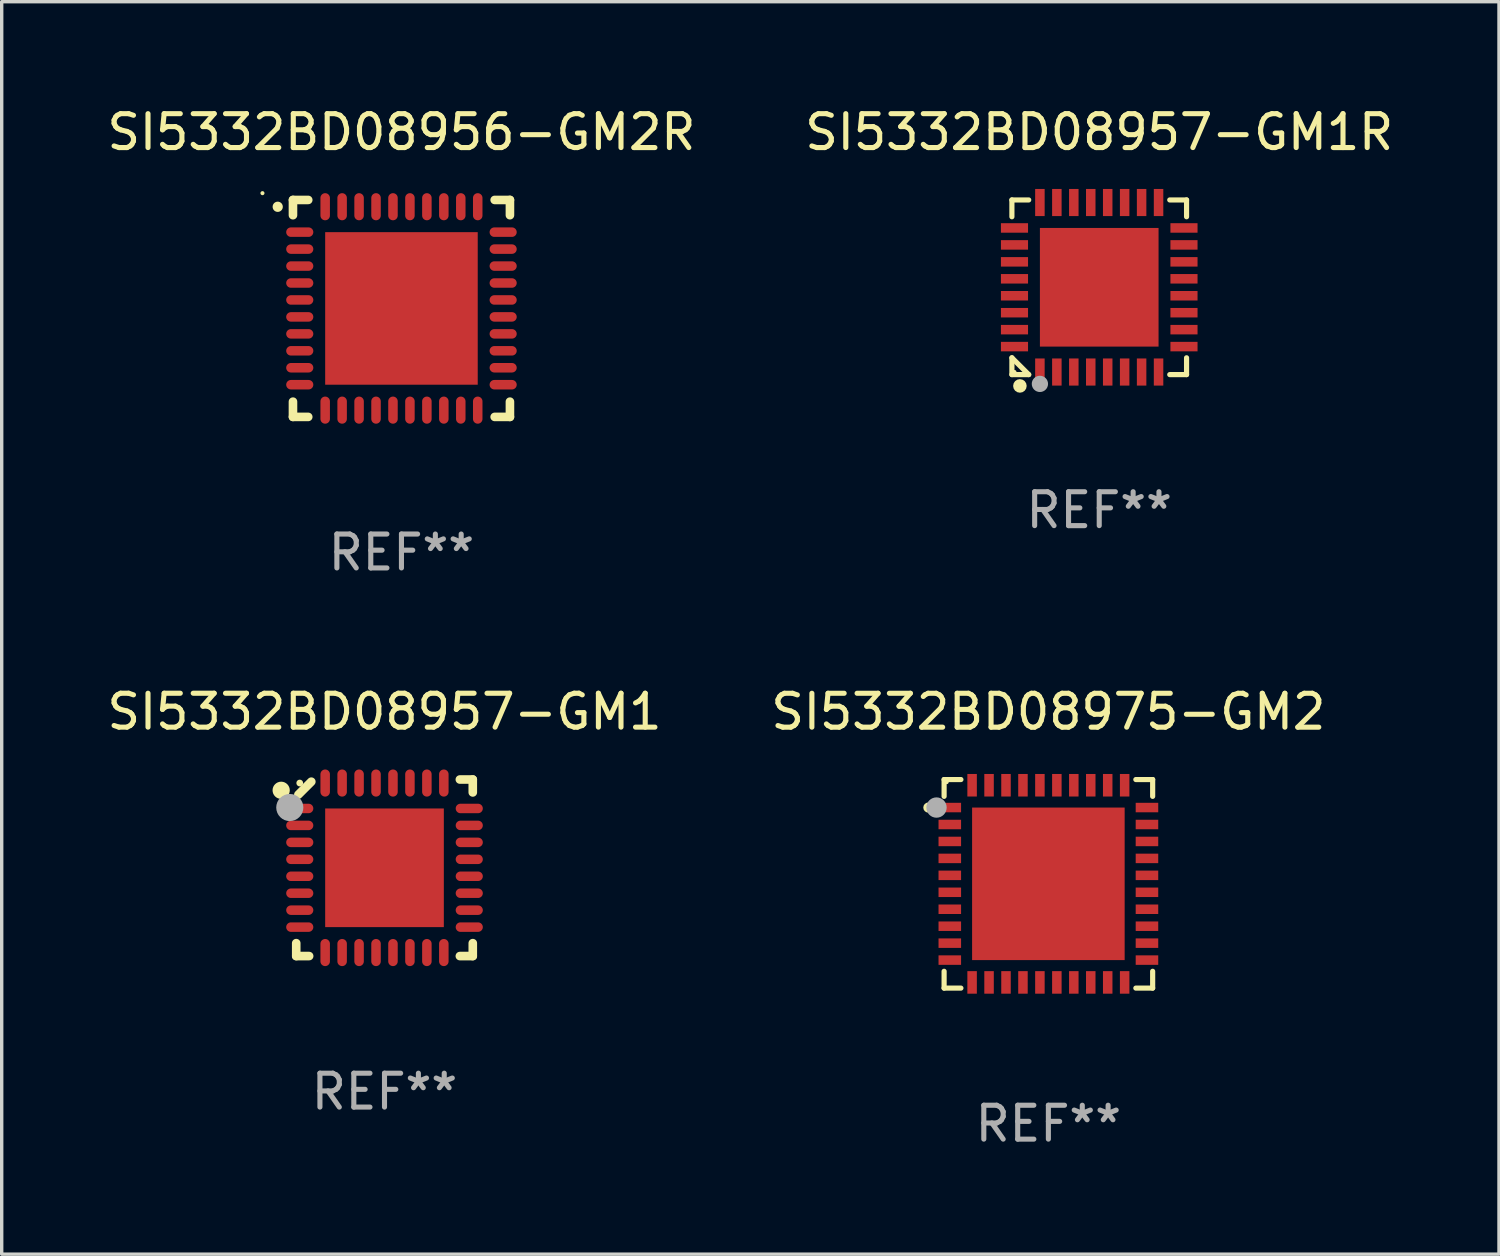
<source format=kicad_pcb>
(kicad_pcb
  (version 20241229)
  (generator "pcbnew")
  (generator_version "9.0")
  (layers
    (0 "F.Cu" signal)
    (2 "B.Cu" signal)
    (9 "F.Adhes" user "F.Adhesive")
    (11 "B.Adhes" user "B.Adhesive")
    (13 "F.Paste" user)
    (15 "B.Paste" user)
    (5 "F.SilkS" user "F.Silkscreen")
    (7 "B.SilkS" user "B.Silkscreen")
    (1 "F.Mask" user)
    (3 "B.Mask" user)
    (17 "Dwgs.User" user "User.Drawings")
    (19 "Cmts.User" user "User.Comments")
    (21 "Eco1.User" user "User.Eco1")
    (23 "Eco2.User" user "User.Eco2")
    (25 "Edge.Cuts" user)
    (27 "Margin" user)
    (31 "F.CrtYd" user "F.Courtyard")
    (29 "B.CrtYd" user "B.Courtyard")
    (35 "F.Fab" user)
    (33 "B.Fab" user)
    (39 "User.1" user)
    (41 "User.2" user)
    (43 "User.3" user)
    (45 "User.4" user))
  (footprint "SI5332BD08957-GM1R"
    (layer "F.Cu")
    (at 29.375 5.424)
    (property "Reference" "SI5332BD08957-GM1R" (at 0 -4.576 0) (layer "F.SilkS") (effects (font (size 1 1) (thickness 0.15))))
    (attr through_hole)
    (fp_line (start -2.576 -2.576) (end -2.08 -2.576) (stroke (width 0.152) (type solid)) (layer "F.SilkS"))
    (fp_line (start -2.576 -2.08) (end -2.576 -2.576) (stroke (width 0.152) (type solid)) (layer "F.SilkS"))
    (fp_line (start -2.576 2.08) (end -2.576 2.576) (stroke (width 0.152) (type solid)) (layer "F.SilkS"))
    (fp_line (start -2.576 2.08) (end -2.08 2.576) (stroke (width 0.152) (type solid)) (layer "F.SilkS"))
    (fp_line (start -2.576 2.576) (end -2.08 2.576) (stroke (width 0.152) (type solid)) (layer "F.SilkS"))
    (fp_line (start 2.576 -2.576) (end 2.08 -2.576) (stroke (width 0.152) (type solid)) (layer "F.SilkS"))
    (fp_line (start 2.576 -2.08) (end 2.576 -2.576) (stroke (width 0.152) (type solid)) (layer "F.SilkS"))
    (fp_line (start 2.576 2.08) (end 2.576 2.576) (stroke (width 0.152) (type solid)) (layer "F.SilkS"))
    (fp_line (start 2.576 2.576) (end 2.08 2.576) (stroke (width 0.152) (type solid)) (layer "F.SilkS"))
    (fp_circle (center -2.5 2.5) (end -2.47 2.5) (stroke (width 0.06) (type solid)) (fill no) (layer "F.SilkS"))
    (fp_circle (center -2.34 2.91) (end -2.24 2.91) (stroke (width 0.2) (type solid)) (fill no) (layer "F.SilkS"))
    (fp_circle (center -1.75 2.85) (end -1.63 2.85) (stroke (width 0.24) (type solid)) (fill no) (layer "F.Fab"))
    (fp_text user "REF**" (at 0 6.576 0) (layer "F.Fab") (effects (font (size 1 1) (thickness 0.15))))
    (pad "1" smd rect (at -1.75 2.5) (size 0.28 0.8) (layers "F.Cu" "F.Mask" "F.Paste"))
    (pad "2" smd rect (at -1.25 2.5) (size 0.28 0.8) (layers "F.Cu" "F.Mask" "F.Paste"))
    (pad "3" smd rect (at -0.75 2.5) (size 0.28 0.8) (layers "F.Cu" "F.Mask" "F.Paste"))
    (pad "4" smd rect (at -0.25 2.5) (size 0.28 0.8) (layers "F.Cu" "F.Mask" "F.Paste"))
    (pad "5" smd rect (at 0.25 2.5) (size 0.28 0.8) (layers "F.Cu" "F.Mask" "F.Paste"))
    (pad "6" smd rect (at 0.75 2.5) (size 0.28 0.8) (layers "F.Cu" "F.Mask" "F.Paste"))
    (pad "7" smd rect (at 1.25 2.5) (size 0.28 0.8) (layers "F.Cu" "F.Mask" "F.Paste"))
    (pad "8" smd rect (at 1.75 2.5) (size 0.28 0.8) (layers "F.Cu" "F.Mask" "F.Paste"))
    (pad "9" smd rect (at 2.5 1.75) (size 0.8 0.28) (layers "F.Cu" "F.Mask" "F.Paste"))
    (pad "10" smd rect (at 2.5 1.25) (size 0.8 0.28) (layers "F.Cu" "F.Mask" "F.Paste"))
    (pad "11" smd rect (at 2.5 0.75) (size 0.8 0.28) (layers "F.Cu" "F.Mask" "F.Paste"))
    (pad "12" smd rect (at 2.5 0.25) (size 0.8 0.28) (layers "F.Cu" "F.Mask" "F.Paste"))
    (pad "13" smd rect (at 2.5 -0.25) (size 0.8 0.28) (layers "F.Cu" "F.Mask" "F.Paste"))
    (pad "14" smd rect (at 2.5 -0.75) (size 0.8 0.28) (layers "F.Cu" "F.Mask" "F.Paste"))
    (pad "15" smd rect (at 2.5 -1.25) (size 0.8 0.28) (layers "F.Cu" "F.Mask" "F.Paste"))
    (pad "16" smd rect (at 2.5 -1.75) (size 0.8 0.28) (layers "F.Cu" "F.Mask" "F.Paste"))
    (pad "17" smd rect (at 1.75 -2.5) (size 0.28 0.8) (layers "F.Cu" "F.Mask" "F.Paste"))
    (pad "18" smd rect (at 1.25 -2.5) (size 0.28 0.8) (layers "F.Cu" "F.Mask" "F.Paste"))
    (pad "19" smd rect (at 0.75 -2.5) (size 0.28 0.8) (layers "F.Cu" "F.Mask" "F.Paste"))
    (pad "20" smd rect (at 0.25 -2.5) (size 0.28 0.8) (layers "F.Cu" "F.Mask" "F.Paste"))
    (pad "21" smd rect (at -0.25 -2.5) (size 0.28 0.8) (layers "F.Cu" "F.Mask" "F.Paste"))
    (pad "22" smd rect (at -0.75 -2.5) (size 0.28 0.8) (layers "F.Cu" "F.Mask" "F.Paste"))
    (pad "23" smd rect (at -1.25 -2.5) (size 0.28 0.8) (layers "F.Cu" "F.Mask" "F.Paste"))
    (pad "24" smd rect (at -1.75 -2.5) (size 0.28 0.8) (layers "F.Cu" "F.Mask" "F.Paste"))
    (pad "25" smd rect (at -2.5 -1.75) (size 0.8 0.28) (layers "F.Cu" "F.Mask" "F.Paste"))
    (pad "26" smd rect (at -2.5 -1.25) (size 0.8 0.28) (layers "F.Cu" "F.Mask" "F.Paste"))
    (pad "27" smd rect (at -2.5 -0.75) (size 0.8 0.28) (layers "F.Cu" "F.Mask" "F.Paste"))
    (pad "28" smd rect (at -2.5 -0.25) (size 0.8 0.28) (layers "F.Cu" "F.Mask" "F.Paste"))
    (pad "29" smd rect (at -2.5 0.25) (size 0.8 0.28) (layers "F.Cu" "F.Mask" "F.Paste"))
    (pad "30" smd rect (at -2.5 0.75) (size 0.8 0.28) (layers "F.Cu" "F.Mask" "F.Paste"))
    (pad "31" smd rect (at -2.5 1.25) (size 0.8 0.28) (layers "F.Cu" "F.Mask" "F.Paste"))
    (pad "32" smd rect (at -2.5 1.75) (size 0.8 0.28) (layers "F.Cu" "F.Mask" "F.Paste"))
    (pad "33" smd rect (at 0 0) (size 3.5 3.5) (layers "F.Cu" "F.Mask" "F.Paste")))
  (footprint "SI5332BD08975-GM2"
    (layer "F.Cu")
    (at 27.875 23.021)
    (property "Reference" "SI5332BD08975-GM2" (at 0 -5.076 0) (layer "F.SilkS") (effects (font (size 1 1) (thickness 0.15))))
    (attr through_hole)
    (fp_line (start -3.076 -3.076) (end -3.076 -2.58) (stroke (width 0.152) (type solid)) (layer "F.SilkS"))
    (fp_line (start -3.076 3.076) (end -3.076 2.58) (stroke (width 0.152) (type solid)) (layer "F.SilkS"))
    (fp_line (start -2.58 -3.076) (end -3.076 -3.076) (stroke (width 0.152) (type solid)) (layer "F.SilkS"))
    (fp_line (start -2.58 3.076) (end -3.076 3.076) (stroke (width 0.152) (type solid)) (layer "F.SilkS"))
    (fp_line (start 2.58 -3.076) (end 3.076 -3.076) (stroke (width 0.152) (type solid)) (layer "F.SilkS"))
    (fp_line (start 2.58 3.076) (end 3.076 3.076) (stroke (width 0.152) (type solid)) (layer "F.SilkS"))
    (fp_line (start 3.076 -3.076) (end 3.076 -2.58) (stroke (width 0.152) (type solid)) (layer "F.SilkS"))
    (fp_line (start 3.076 3.076) (end 3.076 2.58) (stroke (width 0.152) (type solid)) (layer "F.SilkS"))
    (fp_circle (center -3.54 -2.25) (end -3.465 -2.25) (stroke (width 0.15) (type solid)) (fill no) (layer "F.SilkS"))
    (fp_circle (center -3 -3) (end -2.97 -3) (stroke (width 0.06) (type solid)) (fill no) (layer "F.SilkS"))
    (fp_circle (center -3.3 -2.25) (end -3.15 -2.25) (stroke (width 0.3) (type solid)) (fill no) (layer "F.Fab"))
    (fp_text user "REF**" (at 0 7.076 0) (layer "F.Fab") (effects (font (size 1 1) (thickness 0.15))))
    (pad "1" smd rect (at -2.908 -2.25) (size 0.665 0.28) (layers "F.Cu" "F.Mask" "F.Paste"))
    (pad "2" smd rect (at -2.908 -1.75) (size 0.665 0.28) (layers "F.Cu" "F.Mask" "F.Paste"))
    (pad "3" smd rect (at -2.908 -1.25) (size 0.665 0.28) (layers "F.Cu" "F.Mask" "F.Paste"))
    (pad "4" smd rect (at -2.908 -0.75) (size 0.665 0.28) (layers "F.Cu" "F.Mask" "F.Paste"))
    (pad "5" smd rect (at -2.908 -0.25) (size 0.665 0.28) (layers "F.Cu" "F.Mask" "F.Paste"))
    (pad "6" smd rect (at -2.908 0.25) (size 0.665 0.28) (layers "F.Cu" "F.Mask" "F.Paste"))
    (pad "7" smd rect (at -2.908 0.75) (size 0.665 0.28) (layers "F.Cu" "F.Mask" "F.Paste"))
    (pad "8" smd rect (at -2.908 1.25) (size 0.665 0.28) (layers "F.Cu" "F.Mask" "F.Paste"))
    (pad "9" smd rect (at -2.908 1.75) (size 0.665 0.28) (layers "F.Cu" "F.Mask" "F.Paste"))
    (pad "10" smd rect (at -2.908 2.25) (size 0.665 0.28) (layers "F.Cu" "F.Mask" "F.Paste"))
    (pad "11" smd rect (at -2.25 2.908) (size 0.28 0.665) (layers "F.Cu" "F.Mask" "F.Paste"))
    (pad "12" smd rect (at -1.75 2.908) (size 0.28 0.665) (layers "F.Cu" "F.Mask" "F.Paste"))
    (pad "13" smd rect (at -1.25 2.908) (size 0.28 0.665) (layers "F.Cu" "F.Mask" "F.Paste"))
    (pad "14" smd rect (at -0.75 2.908) (size 0.28 0.665) (layers "F.Cu" "F.Mask" "F.Paste"))
    (pad "15" smd rect (at -0.25 2.908) (size 0.28 0.665) (layers "F.Cu" "F.Mask" "F.Paste"))
    (pad "16" smd rect (at 0.25 2.908) (size 0.28 0.665) (layers "F.Cu" "F.Mask" "F.Paste"))
    (pad "17" smd rect (at 0.75 2.908) (size 0.28 0.665) (layers "F.Cu" "F.Mask" "F.Paste"))
    (pad "18" smd rect (at 1.25 2.908) (size 0.28 0.665) (layers "F.Cu" "F.Mask" "F.Paste"))
    (pad "19" smd rect (at 1.75 2.908) (size 0.28 0.665) (layers "F.Cu" "F.Mask" "F.Paste"))
    (pad "20" smd rect (at 2.25 2.908) (size 0.28 0.665) (layers "F.Cu" "F.Mask" "F.Paste"))
    (pad "21" smd rect (at 2.908 2.25) (size 0.665 0.28) (layers "F.Cu" "F.Mask" "F.Paste"))
    (pad "22" smd rect (at 2.908 1.75) (size 0.665 0.28) (layers "F.Cu" "F.Mask" "F.Paste"))
    (pad "23" smd rect (at 2.908 1.25) (size 0.665 0.28) (layers "F.Cu" "F.Mask" "F.Paste"))
    (pad "24" smd rect (at 2.908 0.75) (size 0.665 0.28) (layers "F.Cu" "F.Mask" "F.Paste"))
    (pad "25" smd rect (at 2.908 0.25) (size 0.665 0.28) (layers "F.Cu" "F.Mask" "F.Paste"))
    (pad "26" smd rect (at 2.908 -0.25) (size 0.665 0.28) (layers "F.Cu" "F.Mask" "F.Paste"))
    (pad "27" smd rect (at 2.908 -0.75) (size 0.665 0.28) (layers "F.Cu" "F.Mask" "F.Paste"))
    (pad "28" smd rect (at 2.908 -1.25) (size 0.665 0.28) (layers "F.Cu" "F.Mask" "F.Paste"))
    (pad "29" smd rect (at 2.908 -1.75) (size 0.665 0.28) (layers "F.Cu" "F.Mask" "F.Paste"))
    (pad "30" smd rect (at 2.908 -2.25) (size 0.665 0.28) (layers "F.Cu" "F.Mask" "F.Paste"))
    (pad "31" smd rect (at 2.25 -2.908) (size 0.28 0.665) (layers "F.Cu" "F.Mask" "F.Paste"))
    (pad "32" smd rect (at 1.75 -2.908) (size 0.28 0.665) (layers "F.Cu" "F.Mask" "F.Paste"))
    (pad "33" smd rect (at 1.25 -2.908) (size 0.28 0.665) (layers "F.Cu" "F.Mask" "F.Paste"))
    (pad "34" smd rect (at 0.75 -2.908) (size 0.28 0.665) (layers "F.Cu" "F.Mask" "F.Paste"))
    (pad "35" smd rect (at 0.25 -2.908) (size 0.28 0.665) (layers "F.Cu" "F.Mask" "F.Paste"))
    (pad "36" smd rect (at -0.25 -2.908) (size 0.28 0.665) (layers "F.Cu" "F.Mask" "F.Paste"))
    (pad "37" smd rect (at -0.75 -2.908) (size 0.28 0.665) (layers "F.Cu" "F.Mask" "F.Paste"))
    (pad "38" smd rect (at -1.25 -2.908) (size 0.28 0.665) (layers "F.Cu" "F.Mask" "F.Paste"))
    (pad "39" smd rect (at -1.75 -2.908) (size 0.28 0.665) (layers "F.Cu" "F.Mask" "F.Paste"))
    (pad "40" smd rect (at -2.25 -2.908) (size 0.28 0.665) (layers "F.Cu" "F.Mask" "F.Paste"))
    (pad "41" smd rect (at 0 0) (size 4.5 4.5) (layers "F.Cu" "F.Mask" "F.Paste")))
  (footprint "SI5332BD08957-GM1"
    (layer "F.Cu")
    (at 8.292 22.548)
    (property "Reference" "SI5332BD08957-GM1" (at 0 -4.604 0) (layer "F.SilkS") (effects (font (size 1 1) (thickness 0.15))))
    (attr through_hole)
    (fp_line (start -2.604 2.223) (end -2.604 2.604) (stroke (width 0.254) (type solid)) (layer "F.SilkS"))
    (fp_line (start -2.604 2.604) (end -2.223 2.604) (stroke (width 0.254) (type solid)) (layer "F.SilkS"))
    (fp_line (start -2.159 -2.54) (end -2.54 -2.159) (stroke (width 0.254) (type solid)) (layer "F.SilkS"))
    (fp_line (start 2.223 2.604) (end 2.604 2.604) (stroke (width 0.254) (type solid)) (layer "F.SilkS"))
    (fp_line (start 2.604 -2.604) (end 2.223 -2.604) (stroke (width 0.254) (type solid)) (layer "F.SilkS"))
    (fp_line (start 2.604 -2.223) (end 2.604 -2.604) (stroke (width 0.254) (type solid)) (layer "F.SilkS"))
    (fp_line (start 2.604 2.604) (end 2.604 2.223) (stroke (width 0.254) (type solid)) (layer "F.SilkS"))
    (fp_circle (center -3.048 -2.286) (end -2.921 -2.286) (stroke (width 0.254) (type solid)) (fill no) (layer "F.SilkS"))
    (fp_circle (center -2.5 -2.5) (end -2.45 -2.5) (stroke (width 0.1) (type solid)) (fill no) (layer "F.SilkS"))
    (fp_circle (center -2.794 -1.778) (end -2.594 -1.778) (stroke (width 0.4) (type solid)) (fill no) (layer "F.Fab"))
    (fp_text user "REF**" (at 0 6.604 0) (layer "F.Fab") (effects (font (size 1 1) (thickness 0.15))))
    (pad "1" smd oval (at -2.5 -1.75) (size 0.8 0.28) (layers "F.Cu" "F.Mask" "F.Paste"))
    (pad "2" smd oval (at -2.5 -1.25) (size 0.8 0.28) (layers "F.Cu" "F.Mask" "F.Paste"))
    (pad "3" smd oval (at -2.5 -0.75) (size 0.8 0.28) (layers "F.Cu" "F.Mask" "F.Paste"))
    (pad "4" smd oval (at -2.5 -0.25) (size 0.8 0.28) (layers "F.Cu" "F.Mask" "F.Paste"))
    (pad "5" smd oval (at -2.5 0.25) (size 0.8 0.28) (layers "F.Cu" "F.Mask" "F.Paste"))
    (pad "6" smd oval (at -2.5 0.75) (size 0.8 0.28) (layers "F.Cu" "F.Mask" "F.Paste"))
    (pad "7" smd oval (at -2.5 1.25) (size 0.8 0.28) (layers "F.Cu" "F.Mask" "F.Paste"))
    (pad "8" smd oval (at -2.5 1.75) (size 0.8 0.28) (layers "F.Cu" "F.Mask" "F.Paste"))
    (pad "9" smd oval (at -1.75 2.5) (size 0.28 0.8) (layers "F.Cu" "F.Mask" "F.Paste"))
    (pad "10" smd oval (at -1.25 2.5) (size 0.28 0.8) (layers "F.Cu" "F.Mask" "F.Paste"))
    (pad "11" smd oval (at -0.75 2.5) (size 0.28 0.8) (layers "F.Cu" "F.Mask" "F.Paste"))
    (pad "12" smd oval (at -0.25 2.5) (size 0.28 0.8) (layers "F.Cu" "F.Mask" "F.Paste"))
    (pad "13" smd oval (at 0.25 2.5) (size 0.28 0.8) (layers "F.Cu" "F.Mask" "F.Paste"))
    (pad "14" smd oval (at 0.75 2.5) (size 0.28 0.8) (layers "F.Cu" "F.Mask" "F.Paste"))
    (pad "15" smd oval (at 1.25 2.5) (size 0.28 0.8) (layers "F.Cu" "F.Mask" "F.Paste"))
    (pad "16" smd oval (at 1.75 2.5) (size 0.28 0.8) (layers "F.Cu" "F.Mask" "F.Paste"))
    (pad "17" smd oval (at 2.5 1.75) (size 0.8 0.28) (layers "F.Cu" "F.Mask" "F.Paste"))
    (pad "18" smd oval (at 2.5 1.25) (size 0.8 0.28) (layers "F.Cu" "F.Mask" "F.Paste"))
    (pad "19" smd oval (at 2.5 0.75) (size 0.8 0.28) (layers "F.Cu" "F.Mask" "F.Paste"))
    (pad "20" smd oval (at 2.5 0.25) (size 0.8 0.28) (layers "F.Cu" "F.Mask" "F.Paste"))
    (pad "21" smd oval (at 2.5 -0.25) (size 0.8 0.28) (layers "F.Cu" "F.Mask" "F.Paste"))
    (pad "22" smd oval (at 2.5 -0.75) (size 0.8 0.28) (layers "F.Cu" "F.Mask" "F.Paste"))
    (pad "23" smd oval (at 2.5 -1.25) (size 0.8 0.28) (layers "F.Cu" "F.Mask" "F.Paste"))
    (pad "24" smd oval (at 2.5 -1.75) (size 0.8 0.28) (layers "F.Cu" "F.Mask" "F.Paste"))
    (pad "25" smd oval (at 1.75 -2.5) (size 0.28 0.8) (layers "F.Cu" "F.Mask" "F.Paste"))
    (pad "26" smd oval (at 1.25 -2.5) (size 0.28 0.8) (layers "F.Cu" "F.Mask" "F.Paste"))
    (pad "27" smd oval (at 0.75 -2.5) (size 0.28 0.8) (layers "F.Cu" "F.Mask" "F.Paste"))
    (pad "28" smd oval (at 0.25 -2.5) (size 0.28 0.8) (layers "F.Cu" "F.Mask" "F.Paste"))
    (pad "29" smd oval (at -0.25 -2.5) (size 0.28 0.8) (layers "F.Cu" "F.Mask" "F.Paste"))
    (pad "30" smd oval (at -0.75 -2.5) (size 0.28 0.8) (layers "F.Cu" "F.Mask" "F.Paste"))
    (pad "31" smd oval (at -1.25 -2.5) (size 0.28 0.8) (layers "F.Cu" "F.Mask" "F.Paste"))
    (pad "32" smd oval (at -1.75 -2.5) (size 0.28 0.8) (layers "F.Cu" "F.Mask" "F.Paste"))
    (pad "33" smd rect (at 0.000076 0.000076) (size 3.5 3.5) (layers "F.Cu" "F.Mask" "F.Paste")))
  (footprint "SI5332BD08956-GM2R"
    (layer "F.Cu")
    (at 8.792 6.048)
    (property "Reference" "SI5332BD08956-GM2R" (at 0 -5.2 0) (layer "F.SilkS") (effects (font (size 1 1) (thickness 0.15))))
    (attr through_hole)
    (fp_line (start -3.2 -3.2) (end -2.75 -3.2) (stroke (width 0.254) (type solid)) (layer "F.SilkS"))
    (fp_line (start -3.2 -2.75) (end -3.2 -3.2) (stroke (width 0.254) (type solid)) (layer "F.SilkS"))
    (fp_line (start -3.2 3.2) (end -3.2 2.75) (stroke (width 0.254) (type solid)) (layer "F.SilkS"))
    (fp_line (start -2.75 3.2) (end -3.2 3.2) (stroke (width 0.254) (type solid)) (layer "F.SilkS"))
    (fp_line (start 2.75 3.2) (end 3.2 3.2) (stroke (width 0.254) (type solid)) (layer "F.SilkS"))
    (fp_line (start 3.2 -3.2) (end 2.75 -3.2) (stroke (width 0.254) (type solid)) (layer "F.SilkS"))
    (fp_line (start 3.2 -2.75) (end 3.2 -3.2) (stroke (width 0.254) (type solid)) (layer "F.SilkS"))
    (fp_line (start 3.2 3.2) (end 3.2 2.75) (stroke (width 0.254) (type solid)) (layer "F.SilkS"))
    (fp_arc (start -3.649987 -2.997206) (mid -3.649992 -2.998476) (end -3.649987 -2.999746) (stroke (width 0.3) (type solid)) (layer "F.SilkS"))
    (fp_circle (center -4.1 -3.4) (end -4.07 -3.4) (stroke (width 0.06) (type solid)) (fill no) (layer "F.SilkS"))
    (fp_text user "REF**" (at 0 7.2 0) (layer "F.Fab") (effects (font (size 1 1) (thickness 0.15))))
    (pad "1" smd oval (at -3 -2.25 90) (size 0.28 0.8) (layers "F.Cu" "F.Mask" "F.Paste"))
    (pad "2" smd oval (at -3 -1.75 90) (size 0.28 0.8) (layers "F.Cu" "F.Mask" "F.Paste"))
    (pad "3" smd oval (at -3 -1.25 90) (size 0.28 0.8) (layers "F.Cu" "F.Mask" "F.Paste"))
    (pad "4" smd oval (at -3 -0.75 90) (size 0.28 0.8) (layers "F.Cu" "F.Mask" "F.Paste"))
    (pad "5" smd oval (at -3 -0.25 90) (size 0.28 0.8) (layers "F.Cu" "F.Mask" "F.Paste"))
    (pad "6" smd oval (at -3 0.25 90) (size 0.28 0.8) (layers "F.Cu" "F.Mask" "F.Paste"))
    (pad "7" smd oval (at -3 0.75 90) (size 0.28 0.8) (layers "F.Cu" "F.Mask" "F.Paste"))
    (pad "8" smd oval (at -3 1.25 90) (size 0.28 0.8) (layers "F.Cu" "F.Mask" "F.Paste"))
    (pad "9" smd oval (at -3 1.75 90) (size 0.28 0.8) (layers "F.Cu" "F.Mask" "F.Paste"))
    (pad "10" smd oval (at -3 2.25 90) (size 0.28 0.8) (layers "F.Cu" "F.Mask" "F.Paste"))
    (pad "11" smd oval (at -2.25 3) (size 0.28 0.8) (layers "F.Cu" "F.Mask" "F.Paste"))
    (pad "12" smd oval (at -1.75 3) (size 0.28 0.8) (layers "F.Cu" "F.Mask" "F.Paste"))
    (pad "13" smd oval (at -1.25 3) (size 0.28 0.8) (layers "F.Cu" "F.Mask" "F.Paste"))
    (pad "14" smd oval (at -0.75 3) (size 0.28 0.8) (layers "F.Cu" "F.Mask" "F.Paste"))
    (pad "15" smd oval (at -0.25 3) (size 0.28 0.8) (layers "F.Cu" "F.Mask" "F.Paste"))
    (pad "16" smd oval (at 0.25 3) (size 0.28 0.8) (layers "F.Cu" "F.Mask" "F.Paste"))
    (pad "17" smd oval (at 0.75 3) (size 0.28 0.8) (layers "F.Cu" "F.Mask" "F.Paste"))
    (pad "18" smd oval (at 1.25 3) (size 0.28 0.8) (layers "F.Cu" "F.Mask" "F.Paste"))
    (pad "19" smd oval (at 1.75 3) (size 0.28 0.8) (layers "F.Cu" "F.Mask" "F.Paste"))
    (pad "20" smd oval (at 2.25 3) (size 0.28 0.8) (layers "F.Cu" "F.Mask" "F.Paste"))
    (pad "21" smd oval (at 3 2.25 90) (size 0.28 0.8) (layers "F.Cu" "F.Mask" "F.Paste"))
    (pad "22" smd oval (at 3 1.75 90) (size 0.28 0.8) (layers "F.Cu" "F.Mask" "F.Paste"))
    (pad "23" smd oval (at 3 1.25 90) (size 0.28 0.8) (layers "F.Cu" "F.Mask" "F.Paste"))
    (pad "24" smd oval (at 3 0.75 90) (size 0.28 0.8) (layers "F.Cu" "F.Mask" "F.Paste"))
    (pad "25" smd oval (at 3 0.25 90) (size 0.28 0.8) (layers "F.Cu" "F.Mask" "F.Paste"))
    (pad "26" smd oval (at 3 -0.25 90) (size 0.28 0.8) (layers "F.Cu" "F.Mask" "F.Paste"))
    (pad "27" smd oval (at 3 -0.75 90) (size 0.28 0.8) (layers "F.Cu" "F.Mask" "F.Paste"))
    (pad "28" smd oval (at 3 -1.25 90) (size 0.28 0.8) (layers "F.Cu" "F.Mask" "F.Paste"))
    (pad "29" smd oval (at 3 -1.75 90) (size 0.28 0.8) (layers "F.Cu" "F.Mask" "F.Paste"))
    (pad "30" smd oval (at 3 -2.25 90) (size 0.28 0.8) (layers "F.Cu" "F.Mask" "F.Paste"))
    (pad "31" smd oval (at 2.25 -3) (size 0.28 0.8) (layers "F.Cu" "F.Mask" "F.Paste"))
    (pad "32" smd oval (at 1.75 -3) (size 0.28 0.8) (layers "F.Cu" "F.Mask" "F.Paste"))
    (pad "33" smd oval (at 1.25 -3) (size 0.28 0.8) (layers "F.Cu" "F.Mask" "F.Paste"))
    (pad "34" smd oval (at 0.75 -3) (size 0.28 0.8) (layers "F.Cu" "F.Mask" "F.Paste"))
    (pad "35" smd oval (at 0.25 -3) (size 0.28 0.8) (layers "F.Cu" "F.Mask" "F.Paste"))
    (pad "36" smd oval (at -0.25 -3) (size 0.28 0.8) (layers "F.Cu" "F.Mask" "F.Paste"))
    (pad "37" smd oval (at -0.75 -3) (size 0.28 0.8) (layers "F.Cu" "F.Mask" "F.Paste"))
    (pad "38" smd oval (at -1.25 -3) (size 0.28 0.8) (layers "F.Cu" "F.Mask" "F.Paste"))
    (pad "39" smd oval (at -1.75 -3) (size 0.28 0.8) (layers "F.Cu" "F.Mask" "F.Paste"))
    (pad "40" smd oval (at -2.25 -3) (size 0.28 0.8) (layers "F.Cu" "F.Mask" "F.Paste"))
    (pad "41" smd rect (at 0 0) (size 4.5 4.5) (layers "F.Cu" "F.Mask" "F.Paste")))
  (gr_rect
    (start -3 -3)
    (end 41.167 33.945)
    (stroke (width 0.1) (type default))
    (fill no)
    (layer "Edge.Cuts")))
</source>
